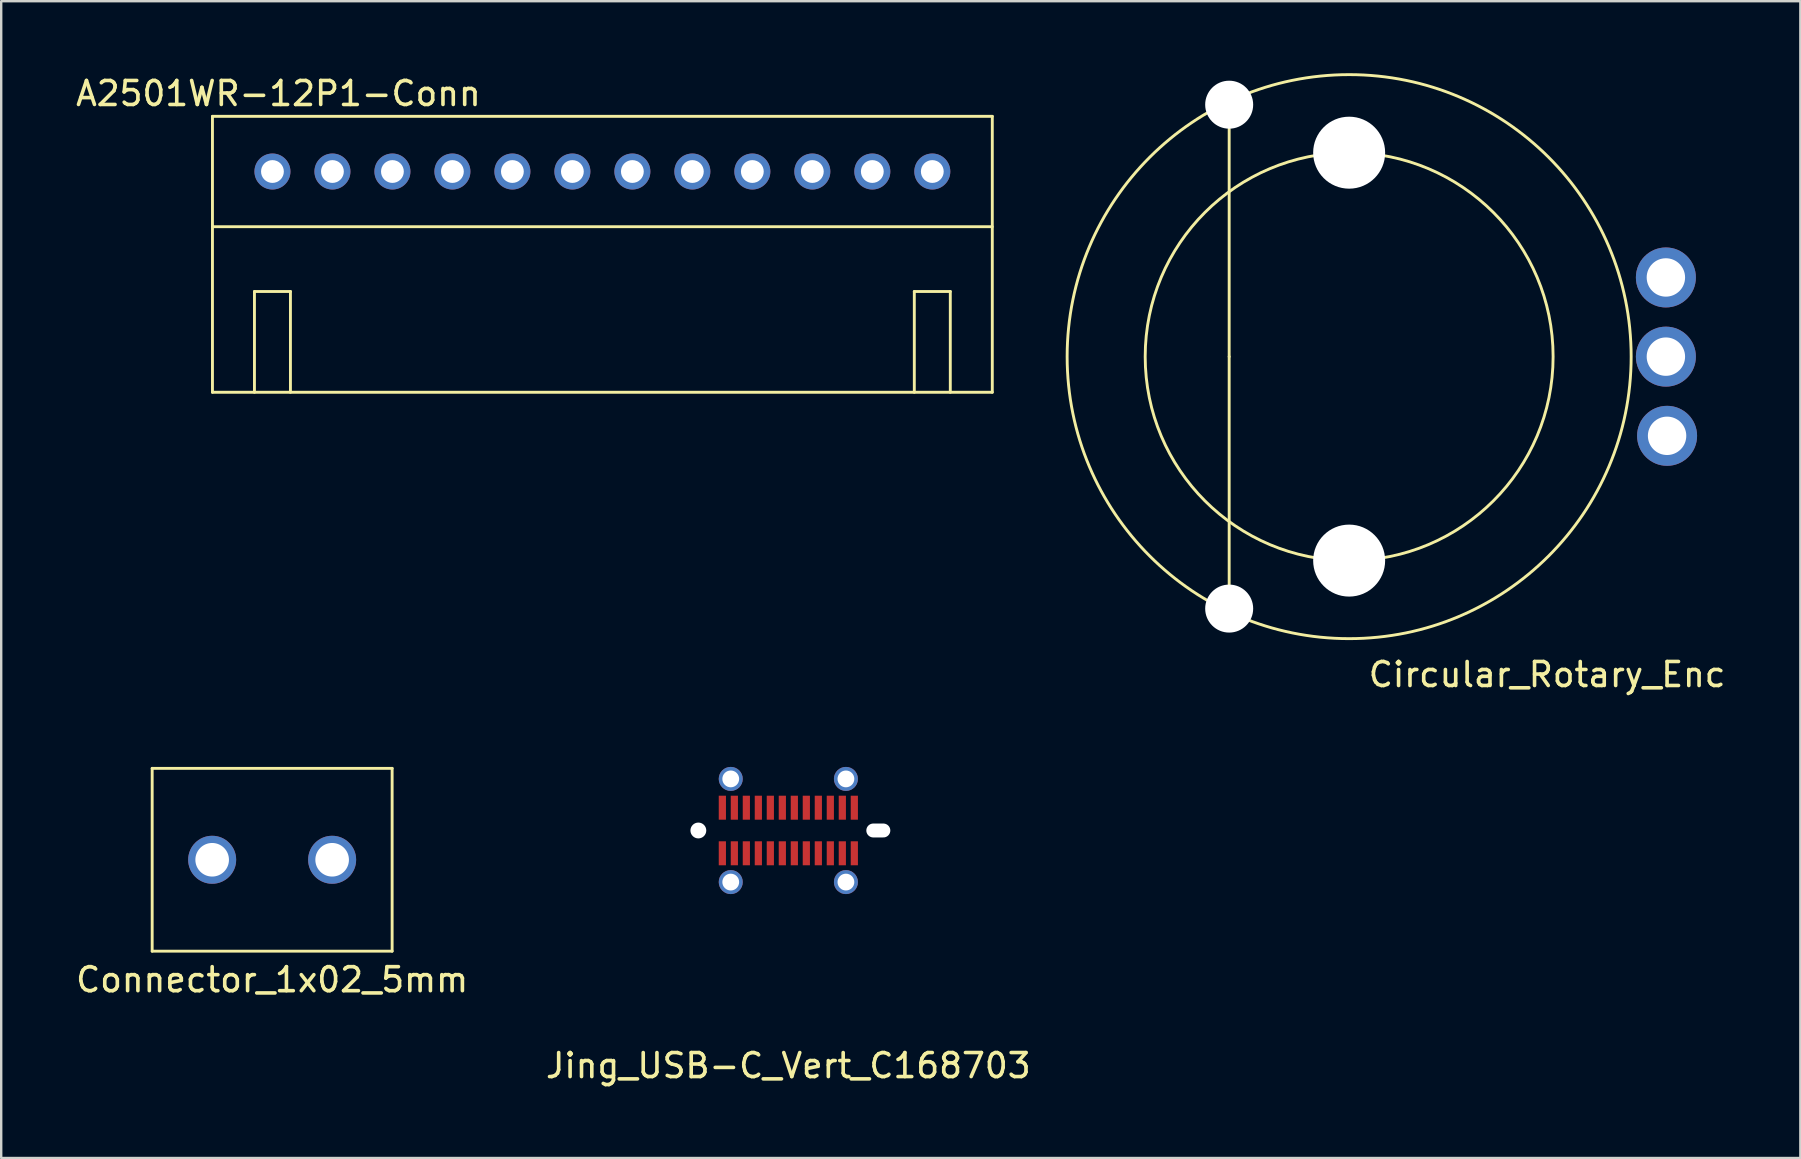
<source format=kicad_pcb>
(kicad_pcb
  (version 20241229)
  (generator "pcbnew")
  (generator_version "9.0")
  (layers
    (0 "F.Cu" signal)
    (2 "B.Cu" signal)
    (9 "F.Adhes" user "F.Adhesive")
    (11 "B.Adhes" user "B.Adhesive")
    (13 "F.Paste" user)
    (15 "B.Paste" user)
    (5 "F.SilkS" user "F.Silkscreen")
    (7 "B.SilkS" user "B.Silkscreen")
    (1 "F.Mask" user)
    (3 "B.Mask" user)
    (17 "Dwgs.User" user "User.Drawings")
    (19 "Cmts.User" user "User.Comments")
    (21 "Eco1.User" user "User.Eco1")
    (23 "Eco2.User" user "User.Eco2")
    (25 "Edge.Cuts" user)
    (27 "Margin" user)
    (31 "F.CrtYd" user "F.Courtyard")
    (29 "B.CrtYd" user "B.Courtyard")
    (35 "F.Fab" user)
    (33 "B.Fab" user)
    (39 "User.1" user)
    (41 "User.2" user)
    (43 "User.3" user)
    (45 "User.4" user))
  (footprint "Connector_1x02_5mm"
    (layer "F.Cu")
    (at 8.292 32.781)
    (property "Reference" "Connector_1x02_5mm" (at 0 5 0) (layer "F.SilkS") (effects (font (size 1 1) (thickness 0.15))))
    (attr through_hole)
    (fp_line (start -5 -3.81) (end -5 3.81) (stroke (width 0.12) (type solid)) (layer "F.SilkS"))
    (fp_line (start -5 -3.81) (end 5 -3.81) (stroke (width 0.12) (type solid)) (layer "F.SilkS"))
    (fp_line (start -5 3.81) (end 5 3.81) (stroke (width 0.12) (type solid)) (layer "F.SilkS"))
    (fp_line (start 5 3.81) (end 5 -3.81) (stroke (width 0.12) (type solid)) (layer "F.SilkS"))
    (pad "1" thru_hole circle (at -2.5 0) (size 2 2) (drill 1.4) (layers "*.Cu" "*.Mask"))
    (pad "2" thru_hole circle (at 2.5 0) (size 2 2) (drill 1.4) (layers "*.Cu" "*.Mask")))
  (footprint "Jing_USB-C_Vert_C168703"
    (layer "F.Cu")
    (at 29.804 31.561)
    (property "Reference" "Jing_USB-C_Vert_C168703" (at 0 9.8 0) (layer "F.SilkS") (effects (font (size 1 1) (thickness 0.15))))
    (attr through_hole)
    (pad "" np_thru_hole circle (at -3.75 0) (size 0.66 0.66) (drill 0.66) (layers "*.Cu" "*.Mask"))
    (pad "" np_thru_hole oval (at 3.75 0) (size 1 0.58) (drill oval 1 0.58) (layers "*.Cu" "*.Mask"))
    (pad "13" thru_hole circle (at 2.4 -2.15) (size 1 1) (drill 0.7) (layers "*.Cu" "*.Mask"))
    (pad "14" thru_hole circle (at 2.4 2.15) (size 1 1) (drill 0.7) (layers "*.Cu" "*.Mask"))
    (pad "15" thru_hole circle (at -2.4 2.15) (size 1 1) (drill 0.7) (layers "*.Cu" "*.Mask"))
    (pad "16" thru_hole circle (at -2.4 -2.15) (size 1 1) (drill 0.7) (layers "*.Cu" "*.Mask"))
    (pad "A1" smd rect (at -2.75 -0.95) (size 0.3 1) (layers "F.Cu" "F.Mask" "F.Paste"))
    (pad "A2" smd rect (at -2.25 -0.95) (size 0.3 1) (layers "F.Cu" "F.Mask" "F.Paste"))
    (pad "A3" smd rect (at -1.75 -0.95) (size 0.3 1) (layers "F.Cu" "F.Mask" "F.Paste"))
    (pad "A4" smd rect (at -1.25 -0.95) (size 0.3 1) (layers "F.Cu" "F.Mask" "F.Paste"))
    (pad "A5" smd rect (at -0.75 -0.95) (size 0.3 1) (layers "F.Cu" "F.Mask" "F.Paste"))
    (pad "A6" smd rect (at -0.25 -0.95) (size 0.3 1) (layers "F.Cu" "F.Mask" "F.Paste"))
    (pad "A7" smd rect (at 0.25 -0.95) (size 0.3 1) (layers "F.Cu" "F.Mask" "F.Paste"))
    (pad "A8" smd rect (at 0.75 -0.95) (size 0.3 1) (layers "F.Cu" "F.Mask" "F.Paste"))
    (pad "A9" smd rect (at 1.25 -0.95) (size 0.3 1) (layers "F.Cu" "F.Mask" "F.Paste"))
    (pad "A10" smd rect (at 1.75 -0.95) (size 0.3 1) (layers "F.Cu" "F.Mask" "F.Paste"))
    (pad "A11" smd rect (at 2.25 -0.95) (size 0.3 1) (layers "F.Cu" "F.Mask" "F.Paste"))
    (pad "A12" smd rect (at 2.75 -0.95) (size 0.3 1) (layers "F.Cu" "F.Mask" "F.Paste"))
    (pad "B1" smd rect (at 2.75 0.95) (size 0.3 1) (layers "F.Cu" "F.Mask" "F.Paste"))
    (pad "B2" smd rect (at 2.25 0.95) (size 0.3 1) (layers "F.Cu" "F.Mask" "F.Paste"))
    (pad "B3" smd rect (at 1.75 0.95) (size 0.3 1) (layers "F.Cu" "F.Mask" "F.Paste"))
    (pad "B4" smd rect (at 1.25 0.95) (size 0.3 1) (layers "F.Cu" "F.Mask" "F.Paste"))
    (pad "B5" smd rect (at 0.75 0.95) (size 0.3 1) (layers "F.Cu" "F.Mask" "F.Paste"))
    (pad "B6" smd rect (at 0.25 0.95) (size 0.3 1) (layers "F.Cu" "F.Mask" "F.Paste"))
    (pad "B7" smd rect (at -0.25 0.95) (size 0.3 1) (layers "F.Cu" "F.Mask" "F.Paste"))
    (pad "B8" smd rect (at -0.75 0.95) (size 0.3 1) (layers "F.Cu" "F.Mask" "F.Paste"))
    (pad "B9" smd rect (at -1.25 0.95) (size 0.3 1) (layers "F.Cu" "F.Mask" "F.Paste"))
    (pad "B10" smd rect (at -1.75 0.95) (size 0.3 1) (layers "F.Cu" "F.Mask" "F.Paste"))
    (pad "B11" smd rect (at -2.25 0.95) (size 0.3 1) (layers "F.Cu" "F.Mask" "F.Paste"))
    (pad "B12" smd rect (at -2.75 0.95) (size 0.3 1) (layers "F.Cu" "F.Mask" "F.Paste")))
  (footprint "A2501WR-12P1-Conn"
    (layer "F.Cu")
    (at 22.054 4.098)
    (property "Reference" "A2501WR-12P1-Conn" (at -13.5 -3.25 0) (layer "F.SilkS") (effects (font (size 1 1) (thickness 0.15))))
    (attr through_hole)
    (fp_line (start -16.25 -2.3) (end 16.25 -2.3) (stroke (width 0.12) (type solid)) (layer "F.SilkS"))
    (fp_line (start -16.25 2.3) (end 16.25 2.3) (stroke (width 0.12) (type solid)) (layer "F.SilkS"))
    (fp_line (start -16.25 9.2) (end -16.25 -2.3) (stroke (width 0.12) (type solid)) (layer "F.SilkS"))
    (fp_line (start -16.25 9.2) (end 16.25 9.2) (stroke (width 0.12) (type solid)) (layer "F.SilkS"))
    (fp_line (start -14.5 5) (end -13 5) (stroke (width 0.12) (type solid)) (layer "F.SilkS"))
    (fp_line (start -14.5 9.2) (end -14.5 5) (stroke (width 0.12) (type solid)) (layer "F.SilkS"))
    (fp_line (start -13 5) (end -13 9.2) (stroke (width 0.12) (type solid)) (layer "F.SilkS"))
    (fp_line (start 13 5) (end 14.5 5) (stroke (width 0.12) (type solid)) (layer "F.SilkS"))
    (fp_line (start 13 9.2) (end 13 5) (stroke (width 0.12) (type solid)) (layer "F.SilkS"))
    (fp_line (start 14.5 5) (end 14.5 9.2) (stroke (width 0.12) (type solid)) (layer "F.SilkS"))
    (fp_line (start 16.25 -2.3) (end 16.25 9.2) (stroke (width 0.12) (type solid)) (layer "F.SilkS"))
    (pad "1" thru_hole circle (at -13.75 0) (size 1.5 1.5) (drill 0.95) (layers "*.Cu" "*.Mask"))
    (pad "2" thru_hole circle (at -11.25 0) (size 1.5 1.5) (drill 0.95) (layers "*.Cu" "*.Mask"))
    (pad "3" thru_hole circle (at -8.75 0) (size 1.5 1.5) (drill 0.95) (layers "*.Cu" "*.Mask"))
    (pad "4" thru_hole circle (at -6.25 0) (size 1.5 1.5) (drill 0.95) (layers "*.Cu" "*.Mask"))
    (pad "5" thru_hole circle (at -3.75 0) (size 1.5 1.5) (drill 0.95) (layers "*.Cu" "*.Mask"))
    (pad "6" thru_hole circle (at -1.25 0) (size 1.5 1.5) (drill 0.95) (layers "*.Cu" "*.Mask"))
    (pad "7" thru_hole circle (at 1.25 0) (size 1.5 1.5) (drill 0.95) (layers "*.Cu" "*.Mask"))
    (pad "8" thru_hole circle (at 3.75 0) (size 1.5 1.5) (drill 0.95) (layers "*.Cu" "*.Mask"))
    (pad "9" thru_hole circle (at 6.25 0) (size 1.5 1.5) (drill 0.95) (layers "*.Cu" "*.Mask"))
    (pad "10" thru_hole circle (at 8.75 0) (size 1.5 1.5) (drill 0.95) (layers "*.Cu" "*.Mask"))
    (pad "11" thru_hole circle (at 11.25 0) (size 1.5 1.5) (drill 0.95) (layers "*.Cu" "*.Mask"))
    (pad "12" thru_hole circle (at 13.75 0) (size 1.5 1.5) (drill 0.95) (layers "*.Cu" "*.Mask")))
  (footprint "Circular_Rotary_Enc"
    (layer "F.Cu")
    (at 53.176 11.813)
    (property "Reference" "Circular_Rotary_Enc" (at 8.25 13.25 0) (layer "F.SilkS") (effects (font (size 1 1) (thickness 0.15))))
    (attr through_hole)
    (fp_line (start -5 0) (end -5 -9.5) (stroke (width 0.12) (type solid)) (layer "F.SilkS"))
    (fp_line (start -5 9.5) (end -5 0) (stroke (width 0.12) (type solid)) (layer "F.SilkS"))
    (fp_circle (center 0 0) (end 8.5 0) (stroke (width 0.12) (type solid)) (fill no) (layer "F.SilkS"))
    (fp_circle (center 0 0) (end 11.75 -0.25) (stroke (width 0.12) (type solid)) (fill no) (layer "F.SilkS"))
    (pad "" np_thru_hole circle (at -5 -10.5) (size 2 2) (drill 2) (layers "*.Cu" "*.Mask"))
    (pad "" np_thru_hole circle (at -5 10.5) (size 2 2) (drill 2) (layers "*.Cu" "*.Mask"))
    (pad "" np_thru_hole circle (at 0 -8.5) (size 3 3) (drill 3) (layers "*.Cu" "*.Mask"))
    (pad "" np_thru_hole circle (at 0 8.5) (size 3 3) (drill 3) (layers "*.Cu" "*.Mask"))
    (pad "A" thru_hole circle (at 13.25 3.3) (size 2.5 2.5) (drill 1.6) (layers "*.Cu" "*.Mask"))
    (pad "B" thru_hole circle (at 13.2 -3.3) (size 2.5 2.5) (drill 1.6) (layers "*.Cu" "*.Mask"))
    (pad "C" thru_hole circle (at 13.2 0) (size 2.5 2.5) (drill 1.6) (layers "*.Cu" "*.Mask")))
  (gr_rect
    (start -3 -3)
    (end 71.98 45.209)
    (stroke (width 0.1) (type default))
    (fill no)
    (layer "Edge.Cuts")))
</source>
